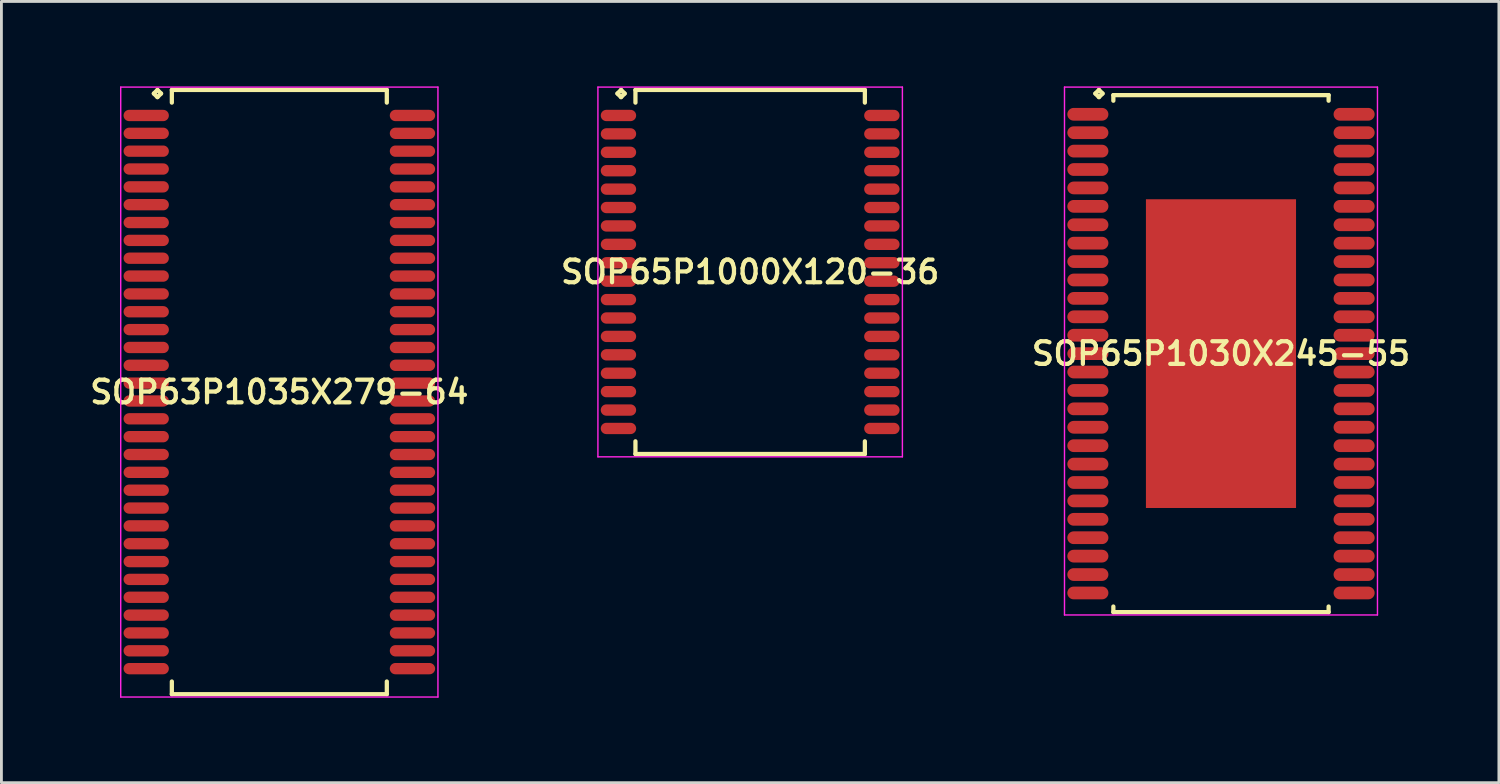
<source format=kicad_pcb>
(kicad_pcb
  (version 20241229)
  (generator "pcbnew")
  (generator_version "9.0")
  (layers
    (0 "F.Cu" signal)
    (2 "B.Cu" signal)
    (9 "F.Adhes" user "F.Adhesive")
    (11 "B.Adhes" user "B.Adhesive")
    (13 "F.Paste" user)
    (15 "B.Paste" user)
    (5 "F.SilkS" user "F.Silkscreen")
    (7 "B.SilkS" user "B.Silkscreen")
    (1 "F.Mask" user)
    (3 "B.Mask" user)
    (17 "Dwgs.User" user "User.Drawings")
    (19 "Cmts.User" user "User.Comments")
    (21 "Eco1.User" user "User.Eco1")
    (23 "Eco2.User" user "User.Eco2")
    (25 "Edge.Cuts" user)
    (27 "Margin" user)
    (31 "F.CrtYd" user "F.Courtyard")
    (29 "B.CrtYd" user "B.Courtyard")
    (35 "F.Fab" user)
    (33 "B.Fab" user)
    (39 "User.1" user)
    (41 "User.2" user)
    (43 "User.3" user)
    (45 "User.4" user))
  (footprint "SOP65P1000X120-36"
    (layer "F.Cu")
    (at 23.435 6.552)
    (property "Reference" "SOP65P1000X120-36" (at 0 0 0) (layer "F.SilkS") (effects (font (size 0.8 0.8) (thickness 0.15))))
    (attr smd)
    (fp_line (start -4.685 -6.3) (end -4.558 -6.427) (stroke (width 0.15) (type solid)) (layer "F.SilkS"))
    (fp_line (start -4.558 -6.427) (end -4.431 -6.3) (stroke (width 0.15) (type solid)) (layer "F.SilkS"))
    (fp_line (start -4.558 -6.173) (end -4.685 -6.3) (stroke (width 0.15) (type solid)) (layer "F.SilkS"))
    (fp_line (start -4.431 -6.3) (end -4.558 -6.173) (stroke (width 0.15) (type solid)) (layer "F.SilkS"))
    (fp_line (start -4.05 -6.427) (end 4.05 -6.427) (stroke (width 0.15) (type solid)) (layer "F.SilkS"))
    (fp_line (start -4.05 -5.979) (end -4.05 -6.427) (stroke (width 0.15) (type solid)) (layer "F.SilkS"))
    (fp_line (start -4.05 5.979) (end -4.05 6.427) (stroke (width 0.15) (type solid)) (layer "F.SilkS"))
    (fp_line (start -4.05 6.427) (end 4.05 6.427) (stroke (width 0.15) (type solid)) (layer "F.SilkS"))
    (fp_line (start 4.05 -6.427) (end 4.05 -5.979) (stroke (width 0.15) (type solid)) (layer "F.SilkS"))
    (fp_line (start 4.05 6.427) (end 4.05 5.979) (stroke (width 0.15) (type solid)) (layer "F.SilkS"))
    (fp_line (start -5.375 -6.527) (end 5.375 -6.527) (stroke (width 0.05) (type solid)) (layer "F.CrtYd"))
    (fp_line (start -5.375 6.527) (end -5.375 -6.527) (stroke (width 0.05) (type solid)) (layer "F.CrtYd"))
    (fp_line (start 5.375 -6.527) (end 5.375 6.527) (stroke (width 0.05) (type solid)) (layer "F.CrtYd"))
    (fp_line (start 5.375 6.527) (end -5.375 6.527) (stroke (width 0.05) (type solid)) (layer "F.CrtYd"))
    (pad "1" smd oval (at -4.65 -5.525) (size 1.25 0.4) (layers "F.Cu" "F.Mask" "F.Paste"))
    (pad "2" smd oval (at -4.65 -4.875) (size 1.25 0.4) (layers "F.Cu" "F.Mask" "F.Paste"))
    (pad "3" smd oval (at -4.65 -4.225) (size 1.25 0.4) (layers "F.Cu" "F.Mask" "F.Paste"))
    (pad "4" smd oval (at -4.65 -3.575) (size 1.25 0.4) (layers "F.Cu" "F.Mask" "F.Paste"))
    (pad "5" smd oval (at -4.65 -2.925) (size 1.25 0.4) (layers "F.Cu" "F.Mask" "F.Paste"))
    (pad "6" smd oval (at -4.65 -2.275) (size 1.25 0.4) (layers "F.Cu" "F.Mask" "F.Paste"))
    (pad "7" smd oval (at -4.65 -1.625) (size 1.25 0.4) (layers "F.Cu" "F.Mask" "F.Paste"))
    (pad "8" smd oval (at -4.65 -0.975) (size 1.25 0.4) (layers "F.Cu" "F.Mask" "F.Paste"))
    (pad "9" smd oval (at -4.65 -0.325) (size 1.25 0.4) (layers "F.Cu" "F.Mask" "F.Paste"))
    (pad "10" smd oval (at -4.65 0.325) (size 1.25 0.4) (layers "F.Cu" "F.Mask" "F.Paste"))
    (pad "11" smd oval (at -4.65 0.975) (size 1.25 0.4) (layers "F.Cu" "F.Mask" "F.Paste"))
    (pad "12" smd oval (at -4.65 1.625) (size 1.25 0.4) (layers "F.Cu" "F.Mask" "F.Paste"))
    (pad "13" smd oval (at -4.65 2.275) (size 1.25 0.4) (layers "F.Cu" "F.Mask" "F.Paste"))
    (pad "14" smd oval (at -4.65 2.925) (size 1.25 0.4) (layers "F.Cu" "F.Mask" "F.Paste"))
    (pad "15" smd oval (at -4.65 3.575) (size 1.25 0.4) (layers "F.Cu" "F.Mask" "F.Paste"))
    (pad "16" smd oval (at -4.65 4.225) (size 1.25 0.4) (layers "F.Cu" "F.Mask" "F.Paste"))
    (pad "17" smd oval (at -4.65 4.875) (size 1.25 0.4) (layers "F.Cu" "F.Mask" "F.Paste"))
    (pad "18" smd oval (at -4.65 5.525) (size 1.25 0.4) (layers "F.Cu" "F.Mask" "F.Paste"))
    (pad "19" smd oval (at 4.65 5.525) (size 1.25 0.4) (layers "F.Cu" "F.Mask" "F.Paste"))
    (pad "20" smd oval (at 4.65 4.875) (size 1.25 0.4) (layers "F.Cu" "F.Mask" "F.Paste"))
    (pad "21" smd oval (at 4.65 4.225) (size 1.25 0.4) (layers "F.Cu" "F.Mask" "F.Paste"))
    (pad "22" smd oval (at 4.65 3.575) (size 1.25 0.4) (layers "F.Cu" "F.Mask" "F.Paste"))
    (pad "23" smd oval (at 4.65 2.925) (size 1.25 0.4) (layers "F.Cu" "F.Mask" "F.Paste"))
    (pad "24" smd oval (at 4.65 2.275) (size 1.25 0.4) (layers "F.Cu" "F.Mask" "F.Paste"))
    (pad "25" smd oval (at 4.65 1.625) (size 1.25 0.4) (layers "F.Cu" "F.Mask" "F.Paste"))
    (pad "26" smd oval (at 4.65 0.975) (size 1.25 0.4) (layers "F.Cu" "F.Mask" "F.Paste"))
    (pad "27" smd oval (at 4.65 0.325) (size 1.25 0.4) (layers "F.Cu" "F.Mask" "F.Paste"))
    (pad "28" smd oval (at 4.65 -0.325) (size 1.25 0.4) (layers "F.Cu" "F.Mask" "F.Paste"))
    (pad "29" smd oval (at 4.65 -0.975) (size 1.25 0.4) (layers "F.Cu" "F.Mask" "F.Paste"))
    (pad "30" smd oval (at 4.65 -1.625) (size 1.25 0.4) (layers "F.Cu" "F.Mask" "F.Paste"))
    (pad "31" smd oval (at 4.65 -2.275) (size 1.25 0.4) (layers "F.Cu" "F.Mask" "F.Paste"))
    (pad "32" smd oval (at 4.65 -2.925) (size 1.25 0.4) (layers "F.Cu" "F.Mask" "F.Paste"))
    (pad "33" smd oval (at 4.65 -3.575) (size 1.25 0.4) (layers "F.Cu" "F.Mask" "F.Paste"))
    (pad "34" smd oval (at 4.65 -4.225) (size 1.25 0.4) (layers "F.Cu" "F.Mask" "F.Paste"))
    (pad "35" smd oval (at 4.65 -4.875) (size 1.25 0.4) (layers "F.Cu" "F.Mask" "F.Paste"))
    (pad "36" smd oval (at 4.65 -5.525) (size 1.25 0.4) (layers "F.Cu" "F.Mask" "F.Paste")))
  (footprint "SOP63P1035X279-64"
    (layer "F.Cu")
    (at 6.812 10.792)
    (property "Reference" "SOP63P1035X279-64" (at 0 0 0) (layer "F.SilkS") (effects (font (size 0.8 0.8) (thickness 0.15))))
    (attr smd)
    (fp_line (start -4.43 -10.54) (end -4.303 -10.667) (stroke (width 0.15) (type solid)) (layer "F.SilkS"))
    (fp_line (start -4.303 -10.667) (end -4.176 -10.54) (stroke (width 0.15) (type solid)) (layer "F.SilkS"))
    (fp_line (start -4.303 -10.413) (end -4.43 -10.54) (stroke (width 0.15) (type solid)) (layer "F.SilkS"))
    (fp_line (start -4.176 -10.54) (end -4.303 -10.413) (stroke (width 0.15) (type solid)) (layer "F.SilkS"))
    (fp_line (start -3.795 -10.667) (end 3.795 -10.667) (stroke (width 0.15) (type solid)) (layer "F.SilkS"))
    (fp_line (start -3.795 -10.219) (end -3.795 -10.667) (stroke (width 0.15) (type solid)) (layer "F.SilkS"))
    (fp_line (start -3.795 10.219) (end -3.795 10.667) (stroke (width 0.15) (type solid)) (layer "F.SilkS"))
    (fp_line (start -3.795 10.667) (end 3.795 10.667) (stroke (width 0.15) (type solid)) (layer "F.SilkS"))
    (fp_line (start 3.795 -10.667) (end 3.795 -10.219) (stroke (width 0.15) (type solid)) (layer "F.SilkS"))
    (fp_line (start 3.795 10.667) (end 3.795 10.219) (stroke (width 0.15) (type solid)) (layer "F.SilkS"))
    (fp_line (start -5.6 -10.767) (end 5.6 -10.767) (stroke (width 0.05) (type solid)) (layer "F.CrtYd"))
    (fp_line (start -5.6 10.767) (end -5.6 -10.767) (stroke (width 0.05) (type solid)) (layer "F.CrtYd"))
    (fp_line (start 5.6 -10.767) (end 5.6 10.767) (stroke (width 0.05) (type solid)) (layer "F.CrtYd"))
    (fp_line (start 5.6 10.767) (end -5.6 10.767) (stroke (width 0.05) (type solid)) (layer "F.CrtYd"))
    (pad "1" smd oval (at -4.7 -9.765) (size 1.6 0.4) (layers "F.Cu" "F.Mask" "F.Paste"))
    (pad "2" smd oval (at -4.7 -9.135) (size 1.6 0.4) (layers "F.Cu" "F.Mask" "F.Paste"))
    (pad "3" smd oval (at -4.7 -8.505) (size 1.6 0.4) (layers "F.Cu" "F.Mask" "F.Paste"))
    (pad "4" smd oval (at -4.7 -7.875) (size 1.6 0.4) (layers "F.Cu" "F.Mask" "F.Paste"))
    (pad "5" smd oval (at -4.7 -7.245) (size 1.6 0.4) (layers "F.Cu" "F.Mask" "F.Paste"))
    (pad "6" smd oval (at -4.7 -6.615) (size 1.6 0.4) (layers "F.Cu" "F.Mask" "F.Paste"))
    (pad "7" smd oval (at -4.7 -5.985) (size 1.6 0.4) (layers "F.Cu" "F.Mask" "F.Paste"))
    (pad "8" smd oval (at -4.7 -5.355) (size 1.6 0.4) (layers "F.Cu" "F.Mask" "F.Paste"))
    (pad "9" smd oval (at -4.7 -4.725) (size 1.6 0.4) (layers "F.Cu" "F.Mask" "F.Paste"))
    (pad "10" smd oval (at -4.7 -4.095) (size 1.6 0.4) (layers "F.Cu" "F.Mask" "F.Paste"))
    (pad "11" smd oval (at -4.7 -3.465) (size 1.6 0.4) (layers "F.Cu" "F.Mask" "F.Paste"))
    (pad "12" smd oval (at -4.7 -2.835) (size 1.6 0.4) (layers "F.Cu" "F.Mask" "F.Paste"))
    (pad "13" smd oval (at -4.7 -2.205) (size 1.6 0.4) (layers "F.Cu" "F.Mask" "F.Paste"))
    (pad "14" smd oval (at -4.7 -1.575) (size 1.6 0.4) (layers "F.Cu" "F.Mask" "F.Paste"))
    (pad "15" smd oval (at -4.7 -0.945) (size 1.6 0.4) (layers "F.Cu" "F.Mask" "F.Paste"))
    (pad "16" smd oval (at -4.7 -0.315) (size 1.6 0.4) (layers "F.Cu" "F.Mask" "F.Paste"))
    (pad "17" smd oval (at -4.7 0.315) (size 1.6 0.4) (layers "F.Cu" "F.Mask" "F.Paste"))
    (pad "18" smd oval (at -4.7 0.945) (size 1.6 0.4) (layers "F.Cu" "F.Mask" "F.Paste"))
    (pad "19" smd oval (at -4.7 1.575) (size 1.6 0.4) (layers "F.Cu" "F.Mask" "F.Paste"))
    (pad "20" smd oval (at -4.7 2.205) (size 1.6 0.4) (layers "F.Cu" "F.Mask" "F.Paste"))
    (pad "21" smd oval (at -4.7 2.835) (size 1.6 0.4) (layers "F.Cu" "F.Mask" "F.Paste"))
    (pad "22" smd oval (at -4.7 3.465) (size 1.6 0.4) (layers "F.Cu" "F.Mask" "F.Paste"))
    (pad "23" smd oval (at -4.7 4.095) (size 1.6 0.4) (layers "F.Cu" "F.Mask" "F.Paste"))
    (pad "24" smd oval (at -4.7 4.725) (size 1.6 0.4) (layers "F.Cu" "F.Mask" "F.Paste"))
    (pad "25" smd oval (at -4.7 5.355) (size 1.6 0.4) (layers "F.Cu" "F.Mask" "F.Paste"))
    (pad "26" smd oval (at -4.7 5.985) (size 1.6 0.4) (layers "F.Cu" "F.Mask" "F.Paste"))
    (pad "27" smd oval (at -4.7 6.615) (size 1.6 0.4) (layers "F.Cu" "F.Mask" "F.Paste"))
    (pad "28" smd oval (at -4.7 7.245) (size 1.6 0.4) (layers "F.Cu" "F.Mask" "F.Paste"))
    (pad "29" smd oval (at -4.7 7.875) (size 1.6 0.4) (layers "F.Cu" "F.Mask" "F.Paste"))
    (pad "30" smd oval (at -4.7 8.505) (size 1.6 0.4) (layers "F.Cu" "F.Mask" "F.Paste"))
    (pad "31" smd oval (at -4.7 9.135) (size 1.6 0.4) (layers "F.Cu" "F.Mask" "F.Paste"))
    (pad "32" smd oval (at -4.7 9.765) (size 1.6 0.4) (layers "F.Cu" "F.Mask" "F.Paste"))
    (pad "33" smd oval (at 4.7 9.765) (size 1.6 0.4) (layers "F.Cu" "F.Mask" "F.Paste"))
    (pad "34" smd oval (at 4.7 9.135) (size 1.6 0.4) (layers "F.Cu" "F.Mask" "F.Paste"))
    (pad "35" smd oval (at 4.7 8.505) (size 1.6 0.4) (layers "F.Cu" "F.Mask" "F.Paste"))
    (pad "36" smd oval (at 4.7 7.875) (size 1.6 0.4) (layers "F.Cu" "F.Mask" "F.Paste"))
    (pad "37" smd oval (at 4.7 7.245) (size 1.6 0.4) (layers "F.Cu" "F.Mask" "F.Paste"))
    (pad "38" smd oval (at 4.7 6.615) (size 1.6 0.4) (layers "F.Cu" "F.Mask" "F.Paste"))
    (pad "39" smd oval (at 4.7 5.985) (size 1.6 0.4) (layers "F.Cu" "F.Mask" "F.Paste"))
    (pad "40" smd oval (at 4.7 5.355) (size 1.6 0.4) (layers "F.Cu" "F.Mask" "F.Paste"))
    (pad "41" smd oval (at 4.7 4.725) (size 1.6 0.4) (layers "F.Cu" "F.Mask" "F.Paste"))
    (pad "42" smd oval (at 4.7 4.095) (size 1.6 0.4) (layers "F.Cu" "F.Mask" "F.Paste"))
    (pad "43" smd oval (at 4.7 3.465) (size 1.6 0.4) (layers "F.Cu" "F.Mask" "F.Paste"))
    (pad "44" smd oval (at 4.7 2.835) (size 1.6 0.4) (layers "F.Cu" "F.Mask" "F.Paste"))
    (pad "45" smd oval (at 4.7 2.205) (size 1.6 0.4) (layers "F.Cu" "F.Mask" "F.Paste"))
    (pad "46" smd oval (at 4.7 1.575) (size 1.6 0.4) (layers "F.Cu" "F.Mask" "F.Paste"))
    (pad "47" smd oval (at 4.7 0.945) (size 1.6 0.4) (layers "F.Cu" "F.Mask" "F.Paste"))
    (pad "48" smd oval (at 4.7 0.315) (size 1.6 0.4) (layers "F.Cu" "F.Mask" "F.Paste"))
    (pad "49" smd oval (at 4.7 -0.315) (size 1.6 0.4) (layers "F.Cu" "F.Mask" "F.Paste"))
    (pad "50" smd oval (at 4.7 -0.945) (size 1.6 0.4) (layers "F.Cu" "F.Mask" "F.Paste"))
    (pad "51" smd oval (at 4.7 -1.575) (size 1.6 0.4) (layers "F.Cu" "F.Mask" "F.Paste"))
    (pad "52" smd oval (at 4.7 -2.205) (size 1.6 0.4) (layers "F.Cu" "F.Mask" "F.Paste"))
    (pad "53" smd oval (at 4.7 -2.835) (size 1.6 0.4) (layers "F.Cu" "F.Mask" "F.Paste"))
    (pad "54" smd oval (at 4.7 -3.465) (size 1.6 0.4) (layers "F.Cu" "F.Mask" "F.Paste"))
    (pad "55" smd oval (at 4.7 -4.095) (size 1.6 0.4) (layers "F.Cu" "F.Mask" "F.Paste"))
    (pad "56" smd oval (at 4.7 -4.725) (size 1.6 0.4) (layers "F.Cu" "F.Mask" "F.Paste"))
    (pad "57" smd oval (at 4.7 -5.355) (size 1.6 0.4) (layers "F.Cu" "F.Mask" "F.Paste"))
    (pad "58" smd oval (at 4.7 -5.985) (size 1.6 0.4) (layers "F.Cu" "F.Mask" "F.Paste"))
    (pad "59" smd oval (at 4.7 -6.615) (size 1.6 0.4) (layers "F.Cu" "F.Mask" "F.Paste"))
    (pad "60" smd oval (at 4.7 -7.245) (size 1.6 0.4) (layers "F.Cu" "F.Mask" "F.Paste"))
    (pad "61" smd oval (at 4.7 -7.875) (size 1.6 0.4) (layers "F.Cu" "F.Mask" "F.Paste"))
    (pad "62" smd oval (at 4.7 -8.505) (size 1.6 0.4) (layers "F.Cu" "F.Mask" "F.Paste"))
    (pad "63" smd oval (at 4.7 -9.135) (size 1.6 0.4) (layers "F.Cu" "F.Mask" "F.Paste"))
    (pad "64" smd oval (at 4.7 -9.765) (size 1.6 0.4) (layers "F.Cu" "F.Mask" "F.Paste")))
  (footprint "SOP65P1030X245-55"
    (layer "F.Cu")
    (at 40.058 9.435)
    (property "Reference" "SOP65P1030X245-55" (at 0 0 0) (layer "F.SilkS") (effects (font (size 0.8 0.8) (thickness 0.15))))
    (attr smd)
    (fp_line (start -4.435 -9.183) (end -4.308 -9.31) (stroke (width 0.15) (type solid)) (layer "F.SilkS"))
    (fp_line (start -4.308 -9.31) (end -4.181 -9.183) (stroke (width 0.15) (type solid)) (layer "F.SilkS"))
    (fp_line (start -4.308 -9.056) (end -4.435 -9.183) (stroke (width 0.15) (type solid)) (layer "F.SilkS"))
    (fp_line (start -4.181 -9.183) (end -4.308 -9.056) (stroke (width 0.15) (type solid)) (layer "F.SilkS"))
    (fp_line (start -3.8 -9.127) (end 3.8 -9.127) (stroke (width 0.15) (type solid)) (layer "F.SilkS"))
    (fp_line (start -3.8 -8.929) (end -3.8 -9.127) (stroke (width 0.15) (type solid)) (layer "F.SilkS"))
    (fp_line (start -3.8 8.929) (end -3.8 9.127) (stroke (width 0.15) (type solid)) (layer "F.SilkS"))
    (fp_line (start -3.8 9.127) (end 3.8 9.127) (stroke (width 0.15) (type solid)) (layer "F.SilkS"))
    (fp_line (start 3.8 -9.127) (end 3.8 -8.929) (stroke (width 0.15) (type solid)) (layer "F.SilkS"))
    (fp_line (start 3.8 9.127) (end 3.8 8.929) (stroke (width 0.15) (type solid)) (layer "F.SilkS"))
    (fp_line (start -5.525 -9.41) (end 5.525 -9.41) (stroke (width 0.05) (type solid)) (layer "F.CrtYd"))
    (fp_line (start -5.525 9.227) (end -5.525 -9.41) (stroke (width 0.05) (type solid)) (layer "F.CrtYd"))
    (fp_line (start 5.525 -9.41) (end 5.525 9.227) (stroke (width 0.05) (type solid)) (layer "F.CrtYd"))
    (fp_line (start 5.525 9.227) (end -5.525 9.227) (stroke (width 0.05) (type solid)) (layer "F.CrtYd"))
    (pad "1" smd oval (at -4.7 -8.45) (size 1.45 0.45) (layers "F.Cu" "F.Mask" "F.Paste"))
    (pad "2" smd oval (at -4.7 -7.8) (size 1.45 0.45) (layers "F.Cu" "F.Mask" "F.Paste"))
    (pad "3" smd oval (at -4.7 -7.15) (size 1.45 0.45) (layers "F.Cu" "F.Mask" "F.Paste"))
    (pad "4" smd oval (at -4.7 -6.5) (size 1.45 0.45) (layers "F.Cu" "F.Mask" "F.Paste"))
    (pad "5" smd oval (at -4.7 -5.85) (size 1.45 0.45) (layers "F.Cu" "F.Mask" "F.Paste"))
    (pad "6" smd oval (at -4.7 -5.2) (size 1.45 0.45) (layers "F.Cu" "F.Mask" "F.Paste"))
    (pad "7" smd oval (at -4.7 -4.55) (size 1.45 0.45) (layers "F.Cu" "F.Mask" "F.Paste"))
    (pad "8" smd oval (at -4.7 -3.9) (size 1.45 0.45) (layers "F.Cu" "F.Mask" "F.Paste"))
    (pad "9" smd oval (at -4.7 -3.25) (size 1.45 0.45) (layers "F.Cu" "F.Mask" "F.Paste"))
    (pad "10" smd oval (at -4.7 -2.6) (size 1.45 0.45) (layers "F.Cu" "F.Mask" "F.Paste"))
    (pad "11" smd oval (at -4.7 -1.95) (size 1.45 0.45) (layers "F.Cu" "F.Mask" "F.Paste"))
    (pad "12" smd oval (at -4.7 -1.3) (size 1.45 0.45) (layers "F.Cu" "F.Mask" "F.Paste"))
    (pad "13" smd oval (at -4.7 -0.65) (size 1.45 0.45) (layers "F.Cu" "F.Mask" "F.Paste"))
    (pad "14" smd oval (at -4.7 0) (size 1.45 0.45) (layers "F.Cu" "F.Mask" "F.Paste"))
    (pad "15" smd oval (at -4.7 0.65) (size 1.45 0.45) (layers "F.Cu" "F.Mask" "F.Paste"))
    (pad "16" smd oval (at -4.7 1.3) (size 1.45 0.45) (layers "F.Cu" "F.Mask" "F.Paste"))
    (pad "17" smd oval (at -4.7 1.95) (size 1.45 0.45) (layers "F.Cu" "F.Mask" "F.Paste"))
    (pad "18" smd oval (at -4.7 2.6) (size 1.45 0.45) (layers "F.Cu" "F.Mask" "F.Paste"))
    (pad "19" smd oval (at -4.7 3.25) (size 1.45 0.45) (layers "F.Cu" "F.Mask" "F.Paste"))
    (pad "20" smd oval (at -4.7 3.9) (size 1.45 0.45) (layers "F.Cu" "F.Mask" "F.Paste"))
    (pad "21" smd oval (at -4.7 4.55) (size 1.45 0.45) (layers "F.Cu" "F.Mask" "F.Paste"))
    (pad "22" smd oval (at -4.7 5.2) (size 1.45 0.45) (layers "F.Cu" "F.Mask" "F.Paste"))
    (pad "23" smd oval (at -4.7 5.85) (size 1.45 0.45) (layers "F.Cu" "F.Mask" "F.Paste"))
    (pad "24" smd oval (at -4.7 6.5) (size 1.45 0.45) (layers "F.Cu" "F.Mask" "F.Paste"))
    (pad "25" smd oval (at -4.7 7.15) (size 1.45 0.45) (layers "F.Cu" "F.Mask" "F.Paste"))
    (pad "26" smd oval (at -4.7 7.8) (size 1.45 0.45) (layers "F.Cu" "F.Mask" "F.Paste"))
    (pad "27" smd oval (at -4.7 8.45) (size 1.45 0.45) (layers "F.Cu" "F.Mask" "F.Paste"))
    (pad "28" smd oval (at 4.7 8.45) (size 1.45 0.45) (layers "F.Cu" "F.Mask" "F.Paste"))
    (pad "29" smd oval (at 4.7 7.8) (size 1.45 0.45) (layers "F.Cu" "F.Mask" "F.Paste"))
    (pad "30" smd oval (at 4.7 7.15) (size 1.45 0.45) (layers "F.Cu" "F.Mask" "F.Paste"))
    (pad "31" smd oval (at 4.7 6.5) (size 1.45 0.45) (layers "F.Cu" "F.Mask" "F.Paste"))
    (pad "32" smd oval (at 4.7 5.85) (size 1.45 0.45) (layers "F.Cu" "F.Mask" "F.Paste"))
    (pad "33" smd oval (at 4.7 5.2) (size 1.45 0.45) (layers "F.Cu" "F.Mask" "F.Paste"))
    (pad "34" smd oval (at 4.7 4.55) (size 1.45 0.45) (layers "F.Cu" "F.Mask" "F.Paste"))
    (pad "35" smd oval (at 4.7 3.9) (size 1.45 0.45) (layers "F.Cu" "F.Mask" "F.Paste"))
    (pad "36" smd oval (at 4.7 3.25) (size 1.45 0.45) (layers "F.Cu" "F.Mask" "F.Paste"))
    (pad "37" smd oval (at 4.7 2.6) (size 1.45 0.45) (layers "F.Cu" "F.Mask" "F.Paste"))
    (pad "38" smd oval (at 4.7 1.95) (size 1.45 0.45) (layers "F.Cu" "F.Mask" "F.Paste"))
    (pad "39" smd oval (at 4.7 1.3) (size 1.45 0.45) (layers "F.Cu" "F.Mask" "F.Paste"))
    (pad "40" smd oval (at 4.7 0.65) (size 1.45 0.45) (layers "F.Cu" "F.Mask" "F.Paste"))
    (pad "41" smd oval (at 4.7 0) (size 1.45 0.45) (layers "F.Cu" "F.Mask" "F.Paste"))
    (pad "42" smd oval (at 4.7 -0.65) (size 1.45 0.45) (layers "F.Cu" "F.Mask" "F.Paste"))
    (pad "43" smd oval (at 4.7 -1.3) (size 1.45 0.45) (layers "F.Cu" "F.Mask" "F.Paste"))
    (pad "44" smd oval (at 4.7 -1.95) (size 1.45 0.45) (layers "F.Cu" "F.Mask" "F.Paste"))
    (pad "45" smd oval (at 4.7 -2.6) (size 1.45 0.45) (layers "F.Cu" "F.Mask" "F.Paste"))
    (pad "46" smd oval (at 4.7 -3.25) (size 1.45 0.45) (layers "F.Cu" "F.Mask" "F.Paste"))
    (pad "47" smd oval (at 4.7 -3.9) (size 1.45 0.45) (layers "F.Cu" "F.Mask" "F.Paste"))
    (pad "48" smd oval (at 4.7 -4.55) (size 1.45 0.45) (layers "F.Cu" "F.Mask" "F.Paste"))
    (pad "49" smd oval (at 4.7 -5.2) (size 1.45 0.45) (layers "F.Cu" "F.Mask" "F.Paste"))
    (pad "50" smd oval (at 4.7 -5.85) (size 1.45 0.45) (layers "F.Cu" "F.Mask" "F.Paste"))
    (pad "51" smd oval (at 4.7 -6.5) (size 1.45 0.45) (layers "F.Cu" "F.Mask" "F.Paste"))
    (pad "52" smd oval (at 4.7 -7.15) (size 1.45 0.45) (layers "F.Cu" "F.Mask" "F.Paste"))
    (pad "53" smd oval (at 4.7 -7.8) (size 1.45 0.45) (layers "F.Cu" "F.Mask" "F.Paste"))
    (pad "54" smd oval (at 4.7 -8.45) (size 1.45 0.45) (layers "F.Cu" "F.Mask" "F.Paste"))
    (pad "55" smd rect (at 0 0) (size 5.3 10.9) (layers "F.Cu" "F.Mask" "F.Paste")))
  (gr_rect
    (start -3 -3)
    (end 49.87 24.584)
    (stroke (width 0.1) (type default))
    (fill no)
    (layer "Edge.Cuts")))
</source>
